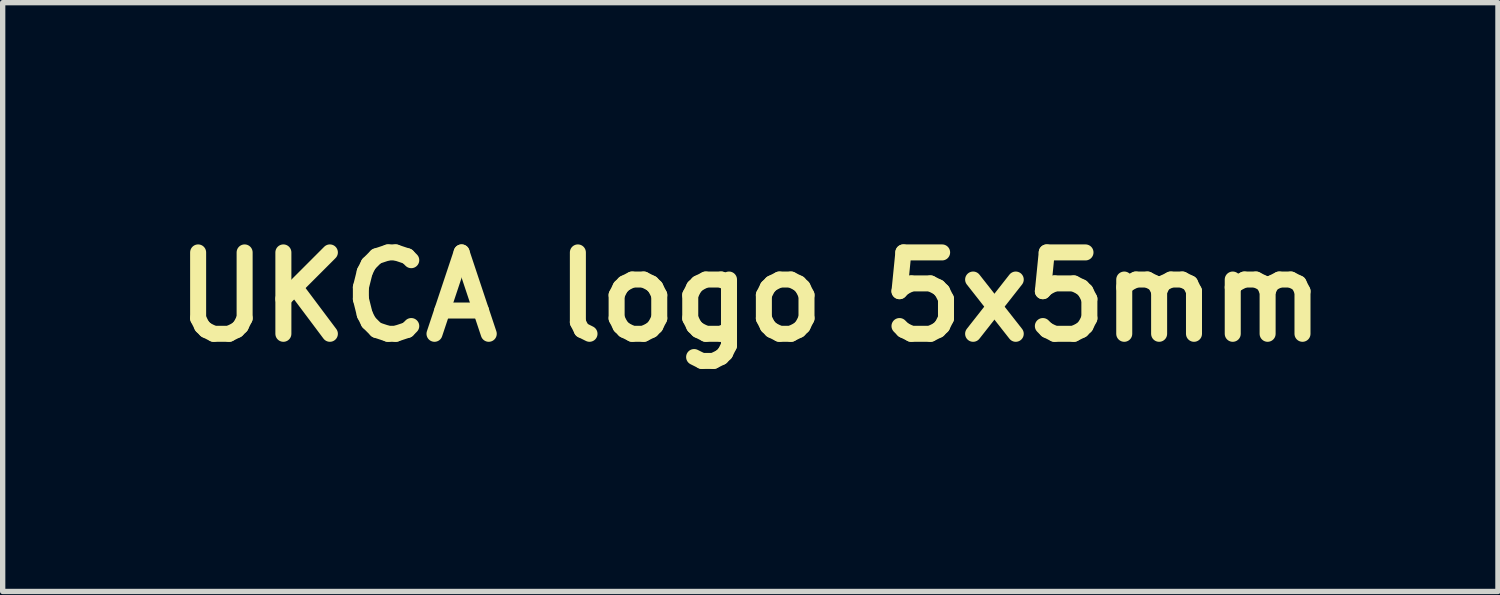
<source format=kicad_pcb>
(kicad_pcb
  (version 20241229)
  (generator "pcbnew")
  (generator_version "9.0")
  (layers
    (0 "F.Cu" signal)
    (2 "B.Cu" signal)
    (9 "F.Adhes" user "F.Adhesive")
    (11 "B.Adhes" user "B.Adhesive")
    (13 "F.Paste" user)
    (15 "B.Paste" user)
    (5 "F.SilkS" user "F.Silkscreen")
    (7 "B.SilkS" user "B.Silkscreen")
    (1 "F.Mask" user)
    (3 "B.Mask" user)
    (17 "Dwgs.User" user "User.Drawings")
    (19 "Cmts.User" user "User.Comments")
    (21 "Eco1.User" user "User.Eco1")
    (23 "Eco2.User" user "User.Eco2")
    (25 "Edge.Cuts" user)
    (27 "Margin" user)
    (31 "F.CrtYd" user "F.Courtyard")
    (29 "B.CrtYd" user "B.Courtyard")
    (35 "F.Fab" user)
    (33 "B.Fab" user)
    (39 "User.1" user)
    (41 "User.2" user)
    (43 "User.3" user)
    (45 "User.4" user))
  (footprint "UKCA logo 5x5mm"
    (layer "F.Cu")
    (at 11.002 2.512)
    (property "Reference" "UKCA logo 5x5mm" (at 0 0 0) (layer "F.SilkS") (effects (font (size 1.524 1.524) (thickness 0.3))))
    (attr through_hole)
    (fp_poly (pts (xy -0.211 0.731) (xy -0.962 0.731) (xy -1.022 0.731) (xy -1.08 0.731) (xy -1.137 0.731) (xy -1.193 0.731) (xy -1.246 0.731) (xy -1.298 0.731) (xy -1.348 0.731) (xy -1.396 0.732) (xy -1.441 0.732) (xy -1.484 0.732) (xy -1.524 0.732) (xy -1.56 0.732) (xy -1.594 0.732) (xy -1.624 0.732) (xy -1.651 0.732) (xy -1.674 0.732) (xy -1.693 0.732) (xy -1.708 0.732) (xy -1.719 0.732) (xy -1.725 0.733) (xy -1.727 0.733) (xy -1.763 0.738) (xy -1.798 0.748) (xy -1.831 0.762) (xy -1.862 0.78) (xy -1.885 0.799) (xy -1.911 0.824) (xy -1.934 0.852) (xy -1.953 0.883) (xy -1.968 0.917) (xy -1.972 0.929) (xy -1.974 0.935) (xy -1.976 0.94) (xy -1.978 0.945) (xy -1.979 0.95) (xy -1.98 0.955) (xy -1.981 0.961) (xy -1.982 0.967) (xy -1.983 0.974) (xy -1.984 0.983) (xy -1.985 0.992) (xy -1.985 1.004) (xy -1.986 1.017) (xy -1.986 1.033) (xy -1.986 1.051) (xy -1.986 1.071) (xy -1.987 1.095) (xy -1.987 1.121) (xy -1.987 1.151) (xy -1.987 1.185) (xy -1.987 1.222) (xy -1.987 1.263) (xy -1.987 1.308) (xy -1.987 1.358) (xy -1.987 1.408) (xy -1.987 1.454) (xy -1.987 1.495) (xy -1.987 1.532) (xy -1.987 1.566) (xy -1.987 1.596) (xy -1.987 1.622) (xy -1.986 1.646) (xy -1.986 1.667) (xy -1.986 1.685) (xy -1.985 1.7) (xy -1.985 1.714) (xy -1.984 1.726) (xy -1.984 1.735) (xy -1.983 1.744) (xy -1.982 1.751) (xy -1.981 1.758) (xy -1.98 1.763) (xy -1.979 1.769) (xy -1.977 1.774) (xy -1.976 1.778) (xy -1.974 1.784) (xy -1.972 1.789) (xy -1.959 1.823) (xy -1.941 1.855) (xy -1.92 1.884) (xy -1.896 1.909) (xy -1.869 1.932) (xy -1.84 1.951) (xy -1.808 1.966) (xy -1.775 1.977) (xy -1.739 1.983) (xy -1.729 1.985) (xy -1.724 1.985) (xy -1.715 1.985) (xy -1.7 1.985) (xy -1.681 1.985) (xy -1.658 1.986) (xy -1.631 1.986) (xy -1.599 1.986) (xy -1.563 1.986) (xy -1.523 1.986) (xy -1.479 1.986) (xy -1.43 1.986) (xy -1.379 1.987) (xy -1.323 1.987) (xy -1.263 1.987) (xy -1.2 1.987) (xy -1.134 1.987) (xy -1.064 1.987) (xy -0.99 1.987) (xy -0.957 1.987) (xy -0.211 1.987) (xy -0.211 2.509) (xy -0.976 2.509) (xy -1.036 2.509) (xy -1.095 2.509) (xy -1.153 2.509) (xy -1.209 2.509) (xy -1.263 2.508) (xy -1.316 2.508) (xy -1.366 2.508) (xy -1.415 2.508) (xy -1.46 2.508) (xy -1.503 2.508) (xy -1.544 2.508) (xy -1.581 2.508) (xy -1.616 2.508) (xy -1.646 2.508) (xy -1.674 2.508) (xy -1.698 2.508) (xy -1.717 2.508) (xy -1.733 2.508) (xy -1.745 2.508) (xy -1.752 2.508) (xy -1.754 2.508) (xy -1.78 2.506) (xy -1.807 2.503) (xy -1.835 2.499) (xy -1.853 2.496) (xy -1.911 2.483) (xy -1.967 2.466) (xy -2.022 2.445) (xy -2.075 2.42) (xy -2.126 2.39) (xy -2.175 2.358) (xy -2.221 2.321) (xy -2.264 2.282) (xy -2.304 2.239) (xy -2.342 2.194) (xy -2.376 2.145) (xy -2.407 2.095) (xy -2.434 2.041) (xy -2.457 1.986) (xy -2.477 1.928) (xy -2.487 1.892) (xy -2.494 1.859) (xy -2.5 1.825) (xy -2.505 1.791) (xy -2.508 1.758) (xy -2.509 1.745) (xy -2.509 1.739) (xy -2.509 1.728) (xy -2.509 1.713) (xy -2.509 1.694) (xy -2.509 1.672) (xy -2.509 1.646) (xy -2.509 1.617) (xy -2.509 1.585) (xy -2.509 1.551) (xy -2.509 1.514) (xy -2.509 1.476) (xy -2.509 1.436) (xy -2.509 1.395) (xy -2.509 1.352) (xy -2.509 1.324) (xy -2.509 1.273) (xy -2.509 1.227) (xy -2.508 1.185) (xy -2.508 1.147) (xy -2.508 1.113) (xy -2.508 1.083) (xy -2.508 1.056) (xy -2.508 1.032) (xy -2.507 1.011) (xy -2.507 0.993) (xy -2.507 0.977) (xy -2.507 0.964) (xy -2.506 0.953) (xy -2.506 0.943) (xy -2.506 0.935) (xy -2.505 0.929) (xy -2.505 0.923) (xy -2.504 0.919) (xy -2.504 0.915) (xy -2.504 0.914) (xy -2.496 0.867) (xy -2.486 0.824) (xy -2.475 0.783) (xy -2.462 0.744) (xy -2.447 0.706) (xy -2.429 0.667) (xy -2.425 0.659) (xy -2.41 0.631) (xy -2.397 0.605) (xy -2.383 0.582) (xy -2.368 0.56) (xy -2.351 0.536) (xy -2.347 0.531) (xy -2.308 0.483) (xy -2.266 0.438) (xy -2.221 0.397) (xy -2.174 0.359) (xy -2.124 0.326) (xy -2.072 0.297) (xy -2.018 0.271) (xy -1.963 0.25) (xy -1.905 0.233) (xy -1.846 0.221) (xy -1.786 0.213) (xy -1.77 0.211) (xy -1.764 0.211) (xy -1.753 0.211) (xy -1.738 0.211) (xy -1.718 0.21) (xy -1.694 0.21) (xy -1.665 0.21) (xy -1.632 0.21) (xy -1.594 0.21) (xy -1.552 0.21) (xy -1.506 0.209) (xy -1.455 0.209) (xy -1.4 0.209) (xy -1.341 0.209) (xy -1.279 0.209) (xy -1.212 0.209) (xy -1.141 0.209) (xy -1.066 0.209) (xy -0.987 0.209) (xy -0.974 0.209) (xy -0.211 0.209) (xy -0.211 0.731)) (stroke (width 0.01) (type solid)) (fill yes) (layer "F.Mask"))
    (fp_poly (pts (xy 1.28 0.21) (xy 1.33 0.21) (xy 1.352 0.21) (xy 1.406 0.21) (xy 1.456 0.21) (xy 1.501 0.21) (xy 1.542 0.21) (xy 1.579 0.21) (xy 1.612 0.21) (xy 1.642 0.211) (xy 1.668 0.211) (xy 1.691 0.211) (xy 1.711 0.211) (xy 1.729 0.211) (xy 1.743 0.211) (xy 1.756 0.212) (xy 1.766 0.212) (xy 1.774 0.212) (xy 1.78 0.213) (xy 1.784 0.213) (xy 1.846 0.222) (xy 1.907 0.236) (xy 1.967 0.254) (xy 2.024 0.276) (xy 2.08 0.303) (xy 2.133 0.334) (xy 2.185 0.369) (xy 2.225 0.402) (xy 2.238 0.413) (xy 2.253 0.427) (xy 2.269 0.443) (xy 2.285 0.459) (xy 2.301 0.476) (xy 2.315 0.491) (xy 2.327 0.505) (xy 2.332 0.51) (xy 2.368 0.559) (xy 2.4 0.611) (xy 2.428 0.664) (xy 2.452 0.719) (xy 2.472 0.775) (xy 2.487 0.832) (xy 2.495 0.871) (xy 2.496 0.877) (xy 2.497 0.883) (xy 2.498 0.889) (xy 2.499 0.894) (xy 2.499 0.9) (xy 2.5 0.906) (xy 2.501 0.912) (xy 2.501 0.919) (xy 2.502 0.927) (xy 2.502 0.936) (xy 2.503 0.945) (xy 2.503 0.956) (xy 2.504 0.969) (xy 2.504 0.982) (xy 2.505 0.998) (xy 2.505 1.016) (xy 2.505 1.035) (xy 2.505 1.057) (xy 2.505 1.081) (xy 2.506 1.107) (xy 2.506 1.137) (xy 2.506 1.169) (xy 2.506 1.204) (xy 2.506 1.242) (xy 2.506 1.284) (xy 2.506 1.329) (xy 2.506 1.378) (xy 2.506 1.431) (xy 2.506 1.487) (xy 2.506 1.548) (xy 2.506 1.613) (xy 2.506 1.683) (xy 2.506 1.738) (xy 2.507 2.509) (xy 1.985 2.509) (xy 1.985 1.987) (xy 0.73 1.988) (xy 0.729 2.509) (xy 0.206 2.509) (xy 0.207 1.724) (xy 0.207 1.651) (xy 0.207 1.583) (xy 0.207 1.519) (xy 0.207 1.462) (xy 0.729 1.462) (xy 1.985 1.462) (xy 1.984 1.221) (xy 1.984 1.181) (xy 1.984 1.146) (xy 1.983 1.114) (xy 1.983 1.087) (xy 1.983 1.063) (xy 1.983 1.042) (xy 1.982 1.024) (xy 1.982 1.009) (xy 1.982 0.996) (xy 1.981 0.985) (xy 1.98 0.976) (xy 1.98 0.968) (xy 1.979 0.961) (xy 1.978 0.955) (xy 1.976 0.95) (xy 1.975 0.944) (xy 1.973 0.939) (xy 1.971 0.933) (xy 1.97 0.929) (xy 1.958 0.898) (xy 1.942 0.869) (xy 1.922 0.841) (xy 1.899 0.816) (xy 1.872 0.793) (xy 1.844 0.773) (xy 1.813 0.757) (xy 1.78 0.745) (xy 1.777 0.744) (xy 1.771 0.743) (xy 1.765 0.741) (xy 1.76 0.74) (xy 1.754 0.738) (xy 1.748 0.737) (xy 1.741 0.736) (xy 1.734 0.735) (xy 1.725 0.734) (xy 1.715 0.734) (xy 1.704 0.733) (xy 1.691 0.733) (xy 1.675 0.732) (xy 1.658 0.732) (xy 1.637 0.732) (xy 1.615 0.732) (xy 1.589 0.731) (xy 1.559 0.731) (xy 1.527 0.731) (xy 1.491 0.731) (xy 1.45 0.732) (xy 1.406 0.732) (xy 1.357 0.732) (xy 1.342 0.732) (xy 0.984 0.733) (xy 0.961 0.738) (xy 0.924 0.748) (xy 0.891 0.762) (xy 0.86 0.779) (xy 0.832 0.799) (xy 0.817 0.813) (xy 0.793 0.839) (xy 0.772 0.866) (xy 0.756 0.896) (xy 0.743 0.928) (xy 0.734 0.959) (xy 0.734 0.962) (xy 0.733 0.966) (xy 0.733 0.97) (xy 0.732 0.976) (xy 0.732 0.982) (xy 0.731 0.991) (xy 0.731 1.001) (xy 0.731 1.013) (xy 0.731 1.028) (xy 0.73 1.046) (xy 0.73 1.066) (xy 0.73 1.09) (xy 0.73 1.118) (xy 0.73 1.15) (xy 0.73 1.185) (xy 0.729 1.22) (xy 0.729 1.462) (xy 0.207 1.462) (xy 0.207 1.46) (xy 0.208 1.404) (xy 0.208 1.353) (xy 0.208 1.305) (xy 0.208 1.261) (xy 0.208 1.221) (xy 0.208 1.183) (xy 0.208 1.15) (xy 0.208 1.119) (xy 0.208 1.091) (xy 0.208 1.065) (xy 0.209 1.043) (xy 0.209 1.022) (xy 0.209 1.004) (xy 0.209 0.989) (xy 0.209 0.975) (xy 0.209 0.963) (xy 0.21 0.952) (xy 0.21 0.943) (xy 0.21 0.935) (xy 0.21 0.929) (xy 0.211 0.923) (xy 0.211 0.919) (xy 0.211 0.915) (xy 0.212 0.912) (xy 0.212 0.909) (xy 0.223 0.847) (xy 0.238 0.787) (xy 0.257 0.728) (xy 0.281 0.672) (xy 0.308 0.618) (xy 0.34 0.567) (xy 0.376 0.518) (xy 0.415 0.471) (xy 0.459 0.427) (xy 0.506 0.386) (xy 0.513 0.381) (xy 0.555 0.35) (xy 0.601 0.321) (xy 0.649 0.295) (xy 0.699 0.272) (xy 0.75 0.253) (xy 0.801 0.237) (xy 0.851 0.225) (xy 0.856 0.224) (xy 0.866 0.223) (xy 0.874 0.221) (xy 0.882 0.219) (xy 0.89 0.218) (xy 0.897 0.217) (xy 0.905 0.216) (xy 0.913 0.215) (xy 0.921 0.214) (xy 0.931 0.213) (xy 0.941 0.213) (xy 0.952 0.212) (xy 0.966 0.212) (xy 0.981 0.211) (xy 0.998 0.211) (xy 1.017 0.211) (xy 1.038 0.21) (xy 1.063 0.21) (xy 1.09 0.21) (xy 1.121 0.21) (xy 1.155 0.21) (xy 1.193 0.21) (xy 1.234 0.21) (xy 1.28 0.21)) (stroke (width 0.01) (type solid)) (fill yes) (layer "F.Mask"))
    (fp_poly (pts (xy -2.369 -2.507) (xy -2.338 -2.507) (xy -2.304 -2.507) (xy -2.265 -2.507) (xy -2.243 -2.507) (xy -1.987 -2.507) (xy -1.986 -1.737) (xy -1.986 -0.967) (xy -1.979 -0.944) (xy -1.967 -0.908) (xy -1.951 -0.876) (xy -1.931 -0.846) (xy -1.908 -0.819) (xy -1.881 -0.795) (xy -1.851 -0.775) (xy -1.819 -0.758) (xy -1.783 -0.744) (xy -1.754 -0.737) (xy -1.751 -0.736) (xy -1.748 -0.736) (xy -1.745 -0.735) (xy -1.741 -0.735) (xy -1.735 -0.734) (xy -1.729 -0.734) (xy -1.721 -0.734) (xy -1.712 -0.733) (xy -1.701 -0.733) (xy -1.688 -0.733) (xy -1.672 -0.733) (xy -1.654 -0.733) (xy -1.633 -0.733) (xy -1.61 -0.733) (xy -1.582 -0.732) (xy -1.552 -0.732) (xy -1.518 -0.732) (xy -1.48 -0.732) (xy -1.437 -0.732) (xy -1.391 -0.732) (xy -1.36 -0.732) (xy -1.311 -0.732) (xy -1.266 -0.732) (xy -1.225 -0.732) (xy -1.189 -0.732) (xy -1.156 -0.732) (xy -1.127 -0.732) (xy -1.101 -0.733) (xy -1.079 -0.733) (xy -1.059 -0.733) (xy -1.042 -0.733) (xy -1.027 -0.733) (xy -1.015 -0.733) (xy -1.004 -0.734) (xy -0.996 -0.734) (xy -0.989 -0.734) (xy -0.983 -0.734) (xy -0.978 -0.735) (xy -0.974 -0.735) (xy -0.971 -0.736) (xy -0.968 -0.736) (xy -0.966 -0.737) (xy -0.929 -0.747) (xy -0.895 -0.761) (xy -0.863 -0.779) (xy -0.834 -0.8) (xy -0.808 -0.824) (xy -0.786 -0.852) (xy -0.767 -0.882) (xy -0.752 -0.914) (xy -0.742 -0.949) (xy -0.741 -0.953) (xy -0.738 -0.964) (xy -0.736 -0.975) (xy -0.735 -0.985) (xy -0.735 -0.985) (xy -0.735 -0.989) (xy -0.735 -0.996) (xy -0.735 -1.009) (xy -0.735 -1.025) (xy -0.734 -1.046) (xy -0.734 -1.07) (xy -0.734 -1.098) (xy -0.734 -1.13) (xy -0.734 -1.165) (xy -0.734 -1.203) (xy -0.734 -1.243) (xy -0.734 -1.287) (xy -0.734 -1.333) (xy -0.734 -1.382) (xy -0.734 -1.432) (xy -0.734 -1.485) (xy -0.734 -1.54) (xy -0.734 -1.596) (xy -0.734 -1.653) (xy -0.734 -1.712) (xy -0.734 -1.752) (xy -0.734 -2.507) (xy -0.211 -2.507) (xy -0.212 -1.719) (xy -0.212 -1.646) (xy -0.212 -1.578) (xy -0.212 -1.513) (xy -0.212 -1.454) (xy -0.212 -1.398) (xy -0.212 -1.346) (xy -0.212 -1.298) (xy -0.212 -1.254) (xy -0.212 -1.213) (xy -0.213 -1.175) (xy -0.213 -1.141) (xy -0.213 -1.11) (xy -0.213 -1.081) (xy -0.213 -1.055) (xy -0.213 -1.032) (xy -0.214 -1.011) (xy -0.214 -0.992) (xy -0.214 -0.975) (xy -0.214 -0.96) (xy -0.215 -0.947) (xy -0.215 -0.935) (xy -0.216 -0.925) (xy -0.216 -0.916) (xy -0.217 -0.908) (xy -0.217 -0.901) (xy -0.218 -0.895) (xy -0.219 -0.889) (xy -0.219 -0.884) (xy -0.22 -0.879) (xy -0.221 -0.875) (xy -0.222 -0.87) (xy -0.223 -0.865) (xy -0.224 -0.86) (xy -0.225 -0.854) (xy -0.226 -0.852) (xy -0.24 -0.794) (xy -0.258 -0.737) (xy -0.281 -0.681) (xy -0.308 -0.626) (xy -0.339 -0.574) (xy -0.375 -0.524) (xy -0.386 -0.509) (xy -0.399 -0.494) (xy -0.414 -0.477) (xy -0.431 -0.459) (xy -0.449 -0.441) (xy -0.468 -0.423) (xy -0.485 -0.407) (xy -0.501 -0.393) (xy -0.507 -0.388) (xy -0.558 -0.351) (xy -0.61 -0.318) (xy -0.665 -0.289) (xy -0.721 -0.264) (xy -0.779 -0.244) (xy -0.838 -0.229) (xy -0.869 -0.222) (xy -0.878 -0.221) (xy -0.886 -0.219) (xy -0.894 -0.218) (xy -0.901 -0.217) (xy -0.909 -0.216) (xy -0.917 -0.215) (xy -0.925 -0.214) (xy -0.935 -0.213) (xy -0.945 -0.212) (xy -0.956 -0.212) (xy -0.969 -0.211) (xy -0.984 -0.211) (xy -1.001 -0.21) (xy -1.02 -0.21) (xy -1.041 -0.21) (xy -1.065 -0.21) (xy -1.092 -0.21) (xy -1.123 -0.21) (xy -1.156 -0.209) (xy -1.194 -0.209) (xy -1.235 -0.209) (xy -1.28 -0.209) (xy -1.33 -0.209) (xy -1.358 -0.209) (xy -1.401 -0.209) (xy -1.443 -0.21) (xy -1.484 -0.21) (xy -1.524 -0.21) (xy -1.561 -0.21) (xy -1.597 -0.21) (xy -1.63 -0.21) (xy -1.66 -0.21) (xy -1.687 -0.21) (xy -1.712 -0.211) (xy -1.732 -0.211) (xy -1.75 -0.211) (xy -1.763 -0.211) (xy -1.772 -0.211) (xy -1.776 -0.212) (xy -1.837 -0.219) (xy -1.897 -0.232) (xy -1.956 -0.248) (xy -2.014 -0.27) (xy -2.069 -0.295) (xy -2.123 -0.324) (xy -2.174 -0.358) (xy -2.223 -0.395) (xy -2.269 -0.437) (xy -2.278 -0.445) (xy -2.316 -0.486) (xy -2.351 -0.529) (xy -2.382 -0.573) (xy -2.41 -0.621) (xy -2.428 -0.655) (xy -2.448 -0.698) (xy -2.465 -0.739) (xy -2.478 -0.782) (xy -2.49 -0.826) (xy -2.499 -0.873) (xy -2.506 -0.923) (xy -2.508 -0.936) (xy -2.508 -0.94) (xy -2.508 -0.947) (xy -2.508 -0.959) (xy -2.508 -0.975) (xy -2.508 -0.995) (xy -2.508 -1.018) (xy -2.508 -1.045) (xy -2.508 -1.075) (xy -2.508 -1.108) (xy -2.509 -1.144) (xy -2.509 -1.183) (xy -2.509 -1.224) (xy -2.509 -1.267) (xy -2.509 -1.312) (xy -2.509 -1.359) (xy -2.509 -1.407) (xy -2.509 -1.456) (xy -2.509 -1.507) (xy -2.509 -1.558) (xy -2.509 -1.611) (xy -2.509 -1.663) (xy -2.509 -1.716) (xy -2.509 -1.769) (xy -2.509 -1.821) (xy -2.509 -1.874) (xy -2.509 -1.925) (xy -2.509 -1.976) (xy -2.509 -2.026) (xy -2.509 -2.074) (xy -2.509 -2.121) (xy -2.509 -2.167) (xy -2.509 -2.21) (xy -2.509 -2.252) (xy -2.509 -2.291) (xy -2.509 -2.327) (xy -2.509 -2.361) (xy -2.509 -2.391) (xy -2.509 -2.419) (xy -2.509 -2.443) (xy -2.509 -2.464) (xy -2.509 -2.48) (xy -2.509 -2.493) (xy -2.509 -2.501) (xy -2.509 -2.505) (xy -2.509 -2.506) (xy -2.508 -2.506) (xy -2.507 -2.506) (xy -2.504 -2.506) (xy -2.501 -2.507) (xy -2.496 -2.507) (xy -2.489 -2.507) (xy -2.48 -2.507) (xy -2.468 -2.507) (xy -2.455 -2.507) (xy -2.438 -2.507) (xy -2.418 -2.507) (xy -2.395 -2.507) (xy -2.369 -2.507)) (stroke (width 0.01) (type solid)) (fill yes) (layer "F.Mask"))
    (fp_poly (pts (xy 2.465 -2.507) (xy 2.479 -2.507) (xy 2.49 -2.507) (xy 2.496 -2.507) (xy 2.498 -2.507) (xy 2.51 -2.506) (xy 2.473 -2.478) (xy 2.462 -2.469) (xy 2.448 -2.458) (xy 2.432 -2.445) (xy 2.414 -2.431) (xy 2.396 -2.417) (xy 2.378 -2.403) (xy 2.37 -2.397) (xy 2.351 -2.382) (xy 2.33 -2.365) (xy 2.307 -2.347) (xy 2.284 -2.328) (xy 2.261 -2.311) (xy 2.24 -2.294) (xy 2.233 -2.288) (xy 2.223 -2.281) (xy 2.21 -2.27) (xy 2.194 -2.258) (xy 2.174 -2.242) (xy 2.152 -2.225) (xy 2.128 -2.206) (xy 2.101 -2.184) (xy 2.072 -2.162) (xy 2.041 -2.138) (xy 2.009 -2.112) (xy 1.976 -2.086) (xy 1.941 -2.059) (xy 1.906 -2.031) (xy 1.87 -2.003) (xy 1.834 -1.975) (xy 1.831 -1.973) (xy 1.796 -1.944) (xy 1.76 -1.917) (xy 1.726 -1.889) (xy 1.692 -1.863) (xy 1.659 -1.837) (xy 1.628 -1.813) (xy 1.599 -1.79) (xy 1.571 -1.768) (xy 1.545 -1.747) (xy 1.522 -1.729) (xy 1.501 -1.713) (xy 1.483 -1.699) (xy 1.468 -1.687) (xy 1.456 -1.677) (xy 1.448 -1.671) (xy 1.447 -1.67) (xy 1.431 -1.658) (xy 1.413 -1.644) (xy 1.393 -1.628) (xy 1.372 -1.611) (xy 1.351 -1.595) (xy 1.331 -1.579) (xy 1.32 -1.57) (xy 1.286 -1.543) (xy 1.255 -1.519) (xy 1.228 -1.497) (xy 1.203 -1.478) (xy 1.182 -1.461) (xy 1.163 -1.447) (xy 1.147 -1.434) (xy 1.133 -1.423) (xy 1.12 -1.413) (xy 1.11 -1.405) (xy 1.101 -1.398) (xy 1.094 -1.392) (xy 1.087 -1.387) (xy 1.082 -1.383) (xy 1.078 -1.38) (xy 1.054 -1.361) (xy 1.177 -1.264) (xy 1.202 -1.243) (xy 1.23 -1.222) (xy 1.259 -1.198) (xy 1.289 -1.175) (xy 1.319 -1.151) (xy 1.347 -1.129) (xy 1.374 -1.107) (xy 1.399 -1.088) (xy 1.409 -1.08) (xy 1.427 -1.066) (xy 1.447 -1.049) (xy 1.471 -1.031) (xy 1.496 -1.011) (xy 1.524 -0.988) (xy 1.554 -0.965) (xy 1.586 -0.94) (xy 1.619 -0.913) (xy 1.654 -0.885) (xy 1.69 -0.857) (xy 1.728 -0.827) (xy 1.766 -0.797) (xy 1.805 -0.766) (xy 1.844 -0.735) (xy 1.884 -0.703) (xy 1.924 -0.672) (xy 1.964 -0.64) (xy 2.004 -0.609) (xy 2.043 -0.577) (xy 2.082 -0.547) (xy 2.12 -0.517) (xy 2.157 -0.487) (xy 2.193 -0.459) (xy 2.227 -0.432) (xy 2.26 -0.406) (xy 2.291 -0.381) (xy 2.321 -0.357) (xy 2.348 -0.336) (xy 2.373 -0.316) (xy 2.396 -0.298) (xy 2.416 -0.282) (xy 2.433 -0.269) (xy 2.447 -0.257) (xy 2.458 -0.249) (xy 2.465 -0.243) (xy 2.469 -0.24) (xy 2.48 -0.231) (xy 2.49 -0.224) (xy 2.498 -0.217) (xy 2.503 -0.213) (xy 2.505 -0.211) (xy 2.503 -0.211) (xy 2.497 -0.21) (xy 2.486 -0.21) (xy 2.471 -0.21) (xy 2.453 -0.21) (xy 2.43 -0.21) (xy 2.405 -0.209) (xy 2.377 -0.209) (xy 2.345 -0.209) (xy 2.312 -0.209) (xy 2.275 -0.209) (xy 2.237 -0.209) (xy 2.197 -0.209) (xy 2.171 -0.209) (xy 1.834 -0.209) (xy 1.657 -0.349) (xy 1.627 -0.373) (xy 1.593 -0.399) (xy 1.558 -0.428) (xy 1.521 -0.457) (xy 1.483 -0.487) (xy 1.444 -0.518) (xy 1.407 -0.547) (xy 1.37 -0.576) (xy 1.335 -0.604) (xy 1.303 -0.629) (xy 1.296 -0.635) (xy 1.265 -0.659) (xy 1.231 -0.686) (xy 1.195 -0.715) (xy 1.157 -0.745) (xy 1.118 -0.776) (xy 1.079 -0.807) (xy 1.041 -0.837) (xy 1.003 -0.867) (xy 0.968 -0.895) (xy 0.935 -0.921) (xy 0.922 -0.932) (xy 0.895 -0.952) (xy 0.87 -0.972) (xy 0.846 -0.991) (xy 0.824 -1.009) (xy 0.803 -1.025) (xy 0.785 -1.04) (xy 0.768 -1.053) (xy 0.755 -1.063) (xy 0.744 -1.072) (xy 0.736 -1.078) (xy 0.731 -1.082) (xy 0.73 -1.082) (xy 0.73 -1.08) (xy 0.73 -1.073) (xy 0.73 -1.062) (xy 0.73 -1.047) (xy 0.729 -1.028) (xy 0.729 -1.005) (xy 0.729 -0.98) (xy 0.729 -0.951) (xy 0.729 -0.919) (xy 0.729 -0.884) (xy 0.729 -0.847) (xy 0.729 -0.808) (xy 0.729 -0.767) (xy 0.729 -0.724) (xy 0.729 -0.68) (xy 0.729 -0.646) (xy 0.729 -0.209) (xy 0.207 -0.209) (xy 0.207 -2.507) (xy 0.462 -2.507) (xy 0.504 -2.507) (xy 0.54 -2.507) (xy 0.573 -2.507) (xy 0.602 -2.507) (xy 0.626 -2.507) (xy 0.648 -2.507) (xy 0.666 -2.507) (xy 0.681 -2.507) (xy 0.694 -2.507) (xy 0.704 -2.507) (xy 0.712 -2.507) (xy 0.718 -2.507) (xy 0.722 -2.506) (xy 0.725 -2.506) (xy 0.727 -2.506) (xy 0.728 -2.506) (xy 0.728 -2.506) (xy 0.728 -2.503) (xy 0.728 -2.496) (xy 0.728 -2.485) (xy 0.728 -2.47) (xy 0.728 -2.451) (xy 0.728 -2.428) (xy 0.729 -2.403) (xy 0.729 -2.373) (xy 0.729 -2.342) (xy 0.729 -2.307) (xy 0.729 -2.27) (xy 0.729 -2.231) (xy 0.729 -2.19) (xy 0.729 -2.148) (xy 0.729 -2.103) (xy 0.729 -2.073) (xy 0.729 -2.028) (xy 0.729 -1.984) (xy 0.729 -1.942) (xy 0.729 -1.902) (xy 0.729 -1.863) (xy 0.729 -1.827) (xy 0.729 -1.794) (xy 0.729 -1.763) (xy 0.729 -1.735) (xy 0.73 -1.71) (xy 0.73 -1.688) (xy 0.73 -1.671) (xy 0.73 -1.657) (xy 0.73 -1.647) (xy 0.73 -1.641) (xy 0.731 -1.64) (xy 0.733 -1.642) (xy 0.738 -1.646) (xy 0.747 -1.653) (xy 0.759 -1.662) (xy 0.773 -1.673) (xy 0.791 -1.687) (xy 0.81 -1.702) (xy 0.831 -1.719) (xy 0.855 -1.737) (xy 0.88 -1.756) (xy 0.906 -1.777) (xy 0.933 -1.799) (xy 0.942 -1.806) (xy 0.976 -1.832) (xy 1.012 -1.861) (xy 1.051 -1.892) (xy 1.092 -1.923) (xy 1.134 -1.956) (xy 1.176 -1.989) (xy 1.217 -2.022) (xy 1.258 -2.054) (xy 1.297 -2.085) (xy 1.333 -2.113) (xy 1.364 -2.137) (xy 1.395 -2.162) (xy 1.427 -2.187) (xy 1.46 -2.213) (xy 1.493 -2.239) (xy 1.526 -2.265) (xy 1.559 -2.291) (xy 1.59 -2.315) (xy 1.619 -2.339) (xy 1.647 -2.36) (xy 1.672 -2.38) (xy 1.694 -2.397) (xy 1.703 -2.405) (xy 1.831 -2.506) (xy 2.159 -2.507) (xy 2.198 -2.507) (xy 2.236 -2.507) (xy 2.273 -2.507) (xy 2.308 -2.507) (xy 2.341 -2.507) (xy 2.371 -2.507) (xy 2.399 -2.507) (xy 2.424 -2.507) (xy 2.446 -2.507) (xy 2.465 -2.507)) (stroke (width 0.01) (type solid)) (fill yes) (layer "F.Mask")))
  (gr_rect
    (start -3 -3)
    (end 25.004 8.027)
    (stroke (width 0.1) (type default))
    (fill no)
    (layer "Edge.Cuts")))
</source>
